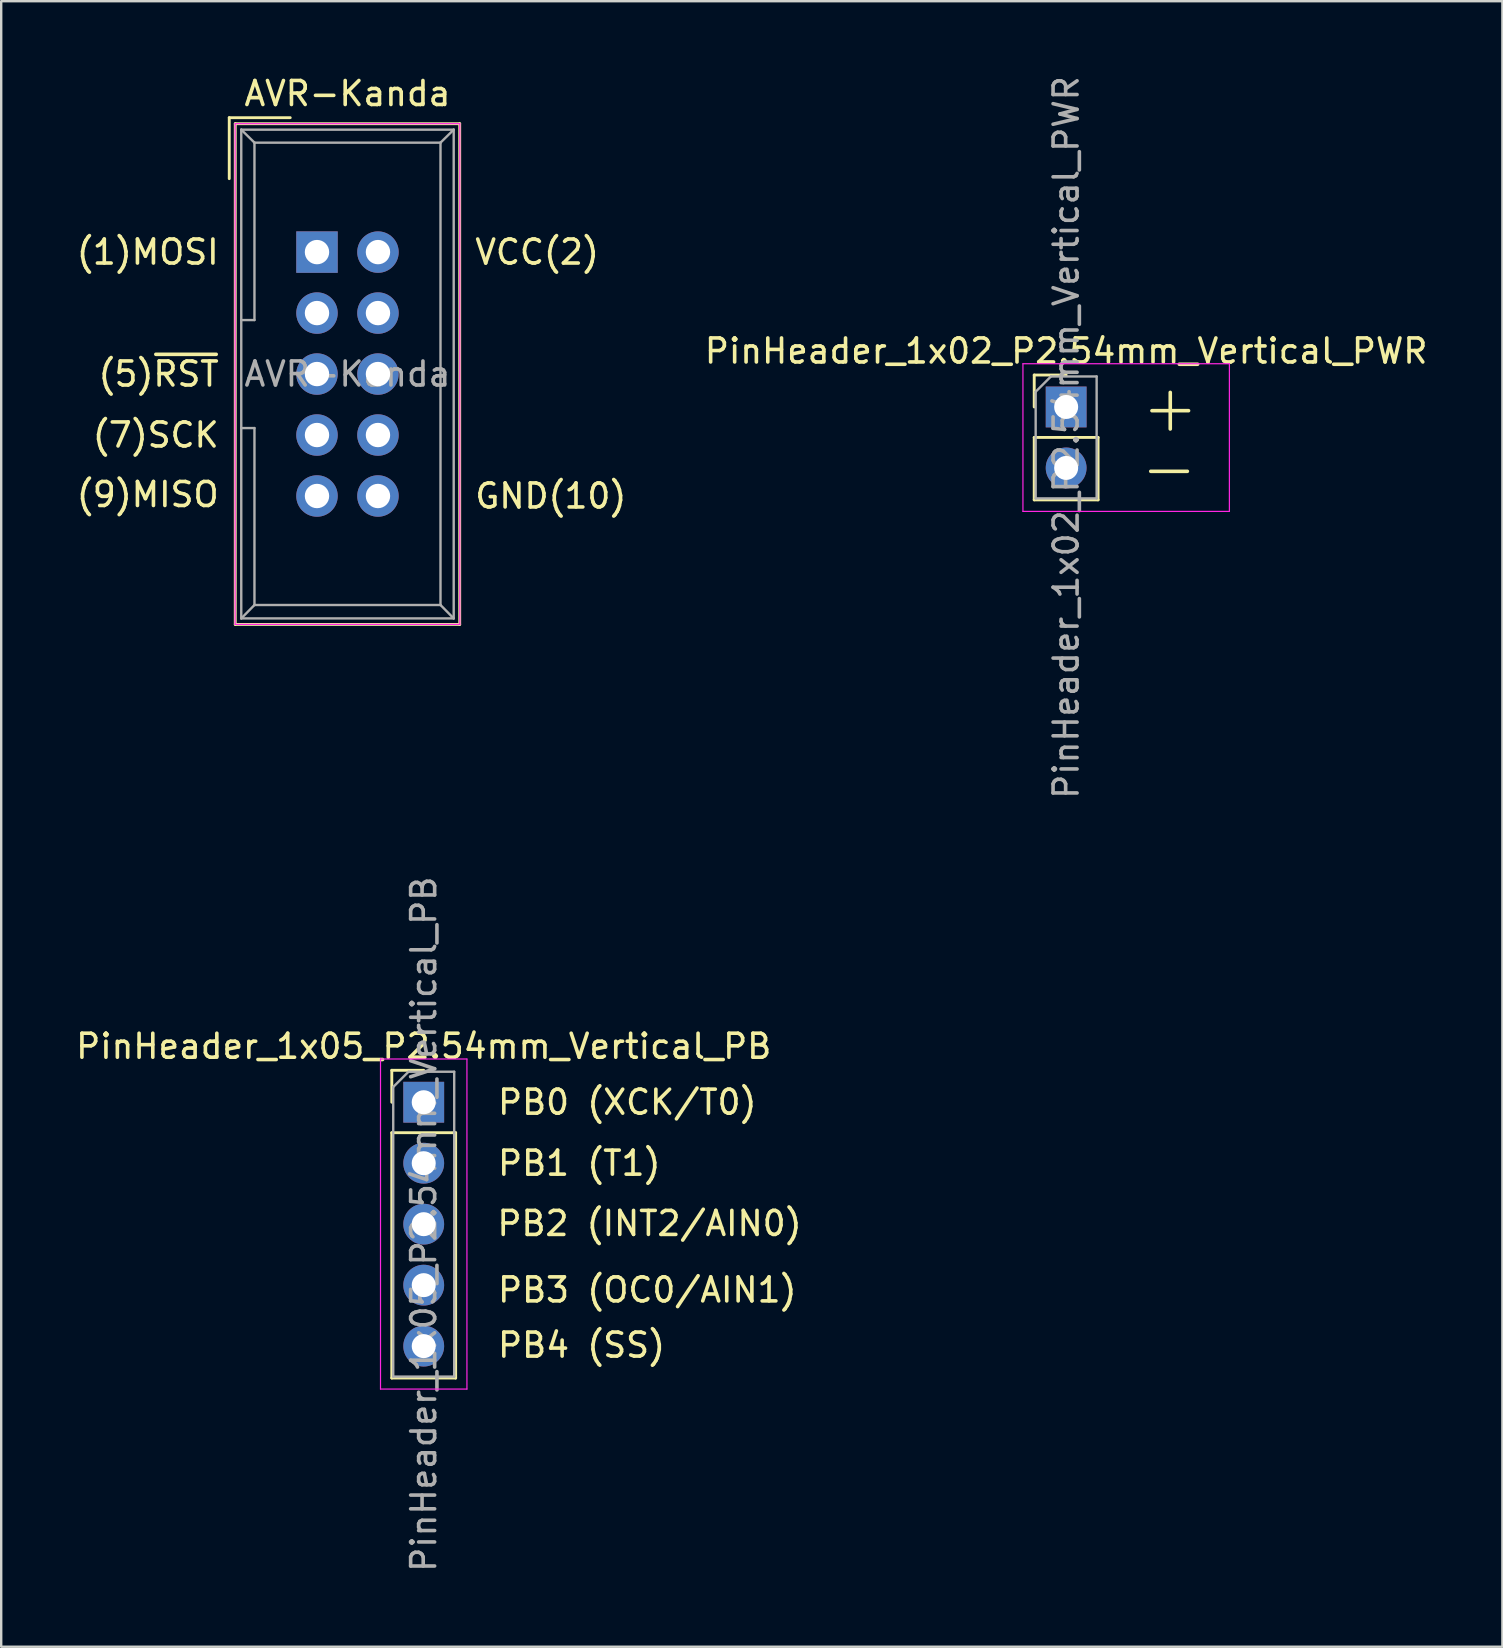
<source format=kicad_pcb>
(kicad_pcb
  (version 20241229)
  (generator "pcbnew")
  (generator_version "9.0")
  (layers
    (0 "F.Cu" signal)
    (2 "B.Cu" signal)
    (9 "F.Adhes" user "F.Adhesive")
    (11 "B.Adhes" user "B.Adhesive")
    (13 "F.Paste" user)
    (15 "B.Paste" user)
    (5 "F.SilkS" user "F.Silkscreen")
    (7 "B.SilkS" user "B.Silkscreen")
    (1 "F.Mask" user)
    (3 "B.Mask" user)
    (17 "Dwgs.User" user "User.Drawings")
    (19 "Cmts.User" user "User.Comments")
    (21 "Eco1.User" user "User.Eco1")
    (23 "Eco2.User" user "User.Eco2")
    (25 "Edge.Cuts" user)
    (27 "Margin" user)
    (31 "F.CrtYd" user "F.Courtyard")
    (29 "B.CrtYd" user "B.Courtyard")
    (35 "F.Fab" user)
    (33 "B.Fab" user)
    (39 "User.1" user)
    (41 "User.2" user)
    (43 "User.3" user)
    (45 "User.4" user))
  (footprint "PinHeader_1x05_P2.54mm_Vertical_PB"
    (layer "F.Cu")
    (at 14.601 42.866)
    (property "Reference" "PinHeader_1x05_P2.54mm_Vertical_PB" (at 0 -2.33 0) (layer "F.SilkS") (effects (font (size 1 1) (thickness 0.15))))
    (attr through_hole)
    (fp_line (start -1.33 -1.33) (end 0 -1.33) (stroke (width 0.12) (type solid)) (layer "F.SilkS"))
    (fp_line (start -1.33 0) (end -1.33 -1.33) (stroke (width 0.12) (type solid)) (layer "F.SilkS"))
    (fp_line (start -1.33 1.27) (end -1.33 11.49) (stroke (width 0.12) (type solid)) (layer "F.SilkS"))
    (fp_line (start -1.33 1.27) (end 1.33 1.27) (stroke (width 0.12) (type solid)) (layer "F.SilkS"))
    (fp_line (start -1.33 11.49) (end 1.33 11.49) (stroke (width 0.12) (type solid)) (layer "F.SilkS"))
    (fp_line (start 1.33 1.27) (end 1.33 11.49) (stroke (width 0.12) (type solid)) (layer "F.SilkS"))
    (fp_line (start -1.8 -1.8) (end -1.8 11.95) (stroke (width 0.05) (type solid)) (layer "F.CrtYd"))
    (fp_line (start -1.8 11.95) (end 1.8 11.95) (stroke (width 0.05) (type solid)) (layer "F.CrtYd"))
    (fp_line (start 1.8 -1.8) (end -1.8 -1.8) (stroke (width 0.05) (type solid)) (layer "F.CrtYd"))
    (fp_line (start 1.8 11.95) (end 1.8 -1.8) (stroke (width 0.05) (type solid)) (layer "F.CrtYd"))
    (fp_line (start -1.27 -0.635) (end -0.635 -1.27) (stroke (width 0.1) (type solid)) (layer "F.Fab"))
    (fp_line (start -1.27 11.43) (end -1.27 -0.635) (stroke (width 0.1) (type solid)) (layer "F.Fab"))
    (fp_line (start -0.635 -1.27) (end 1.27 -1.27) (stroke (width 0.1) (type solid)) (layer "F.Fab"))
    (fp_line (start 1.27 -1.27) (end 1.27 11.43) (stroke (width 0.1) (type solid)) (layer "F.Fab"))
    (fp_line (start 1.27 11.43) (end -1.27 11.43) (stroke (width 0.1) (type solid)) (layer "F.Fab"))
    (fp_text user "PB4 (SS)" (at 3 10.12 0) (layer "F.SilkS") (effects (font (size 1 1) (thickness 0.15)) (justify left)))
    (fp_text user "PB2 (INT2/AIN0)" (at 2.975 5.05 0) (layer "F.SilkS") (effects (font (size 1 1) (thickness 0.15)) (justify left)))
    (fp_text user "PB0 (XCK/T0)" (at 3 0 0) (layer "F.SilkS") (effects (font (size 1 1) (thickness 0.15)) (justify left)))
    (fp_text user "PB3 (OC0/AIN1)" (at 3 7.82 0) (layer "F.SilkS") (effects (font (size 1 1) (thickness 0.15)) (justify left)))
    (fp_text user "PB1 (T1)" (at 3 2.54 0) (layer "F.SilkS") (effects (font (size 1 1) (thickness 0.15)) (justify left)))
    (fp_text user "${REFERENCE}" (at 0 5.08 90) (layer "F.Fab") (effects (font (size 1 1) (thickness 0.15))))
    (pad "1" thru_hole rect (at 0 0) (size 1.7 1.7) (drill 1) (layers "*.Cu" "*.Mask"))
    (pad "2" thru_hole oval (at 0 2.54) (size 1.7 1.7) (drill 1) (layers "*.Cu" "*.Mask"))
    (pad "3" thru_hole oval (at 0 5.08) (size 1.7 1.7) (drill 1) (layers "*.Cu" "*.Mask"))
    (pad "4" thru_hole oval (at 0 7.62) (size 1.7 1.7) (drill 1) (layers "*.Cu" "*.Mask"))
    (pad "5" thru_hole oval (at 0 10.16) (size 1.7 1.7) (drill 1) (layers "*.Cu" "*.Mask")))
  (footprint "PinHeader_1x02_P2.54mm_Vertical_PWR"
    (layer "F.Cu")
    (at 41.363 13.903)
    (property "Reference" "PinHeader_1x02_P2.54mm_Vertical_PWR" (at 0 -2.33 0) (layer "F.SilkS") (effects (font (size 1 1) (thickness 0.15))))
    (attr through_hole)
    (fp_line (start -1.33 -1.33) (end 0 -1.33) (stroke (width 0.12) (type solid)) (layer "F.SilkS"))
    (fp_line (start -1.33 0) (end -1.33 -1.33) (stroke (width 0.12) (type solid)) (layer "F.SilkS"))
    (fp_line (start -1.33 1.27) (end -1.33 3.87) (stroke (width 0.12) (type solid)) (layer "F.SilkS"))
    (fp_line (start -1.33 1.27) (end 1.33 1.27) (stroke (width 0.12) (type solid)) (layer "F.SilkS"))
    (fp_line (start -1.33 3.87) (end 1.33 3.87) (stroke (width 0.12) (type solid)) (layer "F.SilkS"))
    (fp_line (start 1.33 1.27) (end 1.33 3.87) (stroke (width 0.12) (type solid)) (layer "F.SilkS"))
    (fp_line (start -1.8 -1.8) (end -1.8 4.35) (stroke (width 0.05) (type solid)) (layer "F.CrtYd"))
    (fp_line (start -1.8 4.35) (end 6.8 4.35) (stroke (width 0.05) (type solid)) (layer "F.CrtYd"))
    (fp_line (start 6.8 -1.8) (end -1.8 -1.8) (stroke (width 0.05) (type solid)) (layer "F.CrtYd"))
    (fp_line (start 6.8 4.35) (end 6.8 -1.8) (stroke (width 0.05) (type solid)) (layer "F.CrtYd"))
    (fp_line (start -1.27 -0.635) (end -0.635 -1.27) (stroke (width 0.1) (type solid)) (layer "F.Fab"))
    (fp_line (start -1.27 3.81) (end -1.27 -0.635) (stroke (width 0.1) (type solid)) (layer "F.Fab"))
    (fp_line (start -0.635 -1.27) (end 1.27 -1.27) (stroke (width 0.1) (type solid)) (layer "F.Fab"))
    (fp_line (start 1.27 -1.27) (end 1.27 3.81) (stroke (width 0.1) (type solid)) (layer "F.Fab"))
    (fp_line (start 1.27 3.81) (end -1.27 3.81) (stroke (width 0.1) (type solid)) (layer "F.Fab"))
    (fp_text user "+" (at 3 0 0) (layer "F.SilkS") (effects (font (size 2 2) (thickness 0.15)) (justify left)))
    (fp_text user "-" (at 2.95 2.525 0) (layer "F.SilkS") (effects (font (size 2 2) (thickness 0.15)) (justify left)))
    (fp_text user "${REFERENCE}" (at 0 1.27 90) (layer "F.Fab") (effects (font (size 1 1) (thickness 0.15))))
    (pad "1" thru_hole rect (at 0 0) (size 1.7 1.7) (drill 1) (layers "*.Cu" "*.Mask"))
    (pad "2" thru_hole oval (at 0 2.54) (size 1.7 1.7) (drill 1) (layers "*.Cu" "*.Mask")))
  (footprint "AVR-Kanda"
    (layer "F.Cu")
    (at 10.155 7.452)
    (property "Reference" "AVR-Kanda" (at 1.27 -6.604 0) (layer "F.SilkS") (effects (font (size 1 1) (thickness 0.15))))
    (attr through_hole)
    (fp_line (start -3.655 -5.6) (end -3.655 -3.06) (stroke (width 0.12) (type solid)) (layer "F.SilkS"))
    (fp_line (start -3.655 -5.6) (end -1.115 -5.6) (stroke (width 0.12) (type solid)) (layer "F.SilkS"))
    (fp_line (start -3.405 -5.35) (end 5.945 -5.35) (stroke (width 0.12) (type solid)) (layer "F.SilkS"))
    (fp_line (start -3.405 15.51) (end -3.405 -5.35) (stroke (width 0.12) (type solid)) (layer "F.SilkS"))
    (fp_line (start 5.945 -5.35) (end 5.945 15.51) (stroke (width 0.12) (type solid)) (layer "F.SilkS"))
    (fp_line (start 5.945 15.51) (end -3.405 15.51) (stroke (width 0.12) (type solid)) (layer "F.SilkS"))
    (fp_line (start -3.41 -5.35) (end 5.95 -5.35) (stroke (width 0.05) (type solid)) (layer "F.CrtYd"))
    (fp_line (start -3.41 15.51) (end -3.41 -5.35) (stroke (width 0.05) (type solid)) (layer "F.CrtYd"))
    (fp_line (start 5.95 -5.35) (end 5.95 15.51) (stroke (width 0.05) (type solid)) (layer "F.CrtYd"))
    (fp_line (start 5.95 15.51) (end -3.41 15.51) (stroke (width 0.05) (type solid)) (layer "F.CrtYd"))
    (fp_line (start -3.155 -5.1) (end -3.155 15.26) (stroke (width 0.1) (type solid)) (layer "F.Fab"))
    (fp_line (start -3.155 -5.1) (end -2.605 -4.56) (stroke (width 0.1) (type solid)) (layer "F.Fab"))
    (fp_line (start -3.155 15.26) (end -2.605 14.7) (stroke (width 0.1) (type solid)) (layer "F.Fab"))
    (fp_line (start -2.605 -4.56) (end -2.605 2.83) (stroke (width 0.1) (type solid)) (layer "F.Fab"))
    (fp_line (start -2.605 2.83) (end -3.155 2.83) (stroke (width 0.1) (type solid)) (layer "F.Fab"))
    (fp_line (start -2.605 7.33) (end -3.155 7.33) (stroke (width 0.1) (type solid)) (layer "F.Fab"))
    (fp_line (start -2.605 7.33) (end -2.605 14.7) (stroke (width 0.1) (type solid)) (layer "F.Fab"))
    (fp_line (start 5.145 -4.56) (end -2.605 -4.56) (stroke (width 0.1) (type solid)) (layer "F.Fab"))
    (fp_line (start 5.145 -4.56) (end 5.145 14.7) (stroke (width 0.1) (type solid)) (layer "F.Fab"))
    (fp_line (start 5.145 14.7) (end -2.605 14.7) (stroke (width 0.1) (type solid)) (layer "F.Fab"))
    (fp_line (start 5.695 -5.1) (end -3.155 -5.1) (stroke (width 0.1) (type solid)) (layer "F.Fab"))
    (fp_line (start 5.695 -5.1) (end 5.145 -4.56) (stroke (width 0.1) (type solid)) (layer "F.Fab"))
    (fp_line (start 5.695 -5.1) (end 5.695 15.26) (stroke (width 0.1) (type solid)) (layer "F.Fab"))
    (fp_line (start 5.695 15.26) (end -3.155 15.26) (stroke (width 0.1) (type solid)) (layer "F.Fab"))
    (fp_line (start 5.695 15.26) (end 5.145 14.7) (stroke (width 0.1) (type solid)) (layer "F.Fab"))
    (fp_text user "(9)MISO" (at -4 10.1 0) (layer "F.SilkS") (effects (font (size 1 1) (thickness 0.15)) (justify right)))
    (fp_text user "(7)SCK" (at -4 7.62 0) (layer "F.SilkS") (effects (font (size 1 1) (thickness 0.15)) (justify right)))
    (fp_text user "(5)~{RST}" (at -4 5.08 0) (layer "F.SilkS") (effects (font (size 1 1) (thickness 0.15)) (justify right)))
    (fp_text user "(1)MOSI" (at -4 0 0) (layer "F.SilkS") (effects (font (size 1 1) (thickness 0.15)) (justify right)))
    (fp_text user "GND(10)" (at 6.5 10.16 0) (layer "F.SilkS") (effects (font (size 1 1) (thickness 0.15)) (justify left)))
    (fp_text user "VCC(2)" (at 6.5 0 0) (layer "F.SilkS") (effects (font (size 1 1) (thickness 0.15)) (justify left)))
    (fp_text user "${REFERENCE}" (at 1.27 5.08 0) (layer "F.Fab") (effects (font (size 1 1) (thickness 0.15))))
    (pad "1" thru_hole rect (at 0 0) (size 1.727 1.727) (drill 1.016) (layers "*.Cu" "*.Mask"))
    (pad "2" thru_hole oval (at 2.54 0) (size 1.727 1.727) (drill 1.016) (layers "*.Cu" "*.Mask"))
    (pad "3" thru_hole oval (at 0 2.54) (size 1.727 1.727) (drill 1.016) (layers "*.Cu" "*.Mask"))
    (pad "4" thru_hole oval (at 2.54 2.54) (size 1.727 1.727) (drill 1.016) (layers "*.Cu" "*.Mask"))
    (pad "5" thru_hole oval (at 0 5.08) (size 1.727 1.727) (drill 1.016) (layers "*.Cu" "*.Mask"))
    (pad "6" thru_hole oval (at 2.54 5.08) (size 1.727 1.727) (drill 1.016) (layers "*.Cu" "*.Mask"))
    (pad "7" thru_hole oval (at 0 7.62) (size 1.727 1.727) (drill 1.016) (layers "*.Cu" "*.Mask"))
    (pad "8" thru_hole oval (at 2.54 7.62) (size 1.727 1.727) (drill 1.016) (layers "*.Cu" "*.Mask"))
    (pad "9" thru_hole oval (at 0 10.16) (size 1.727 1.727) (drill 1.016) (layers "*.Cu" "*.Mask"))
    (pad "10" thru_hole oval (at 2.54 10.16) (size 1.727 1.727) (drill 1.016) (layers "*.Cu" "*.Mask")))
  (gr_rect
    (start -3 -3)
    (end 59.536 65.548)
    (stroke (width 0.1) (type default))
    (fill no)
    (layer "Edge.Cuts")))
</source>
